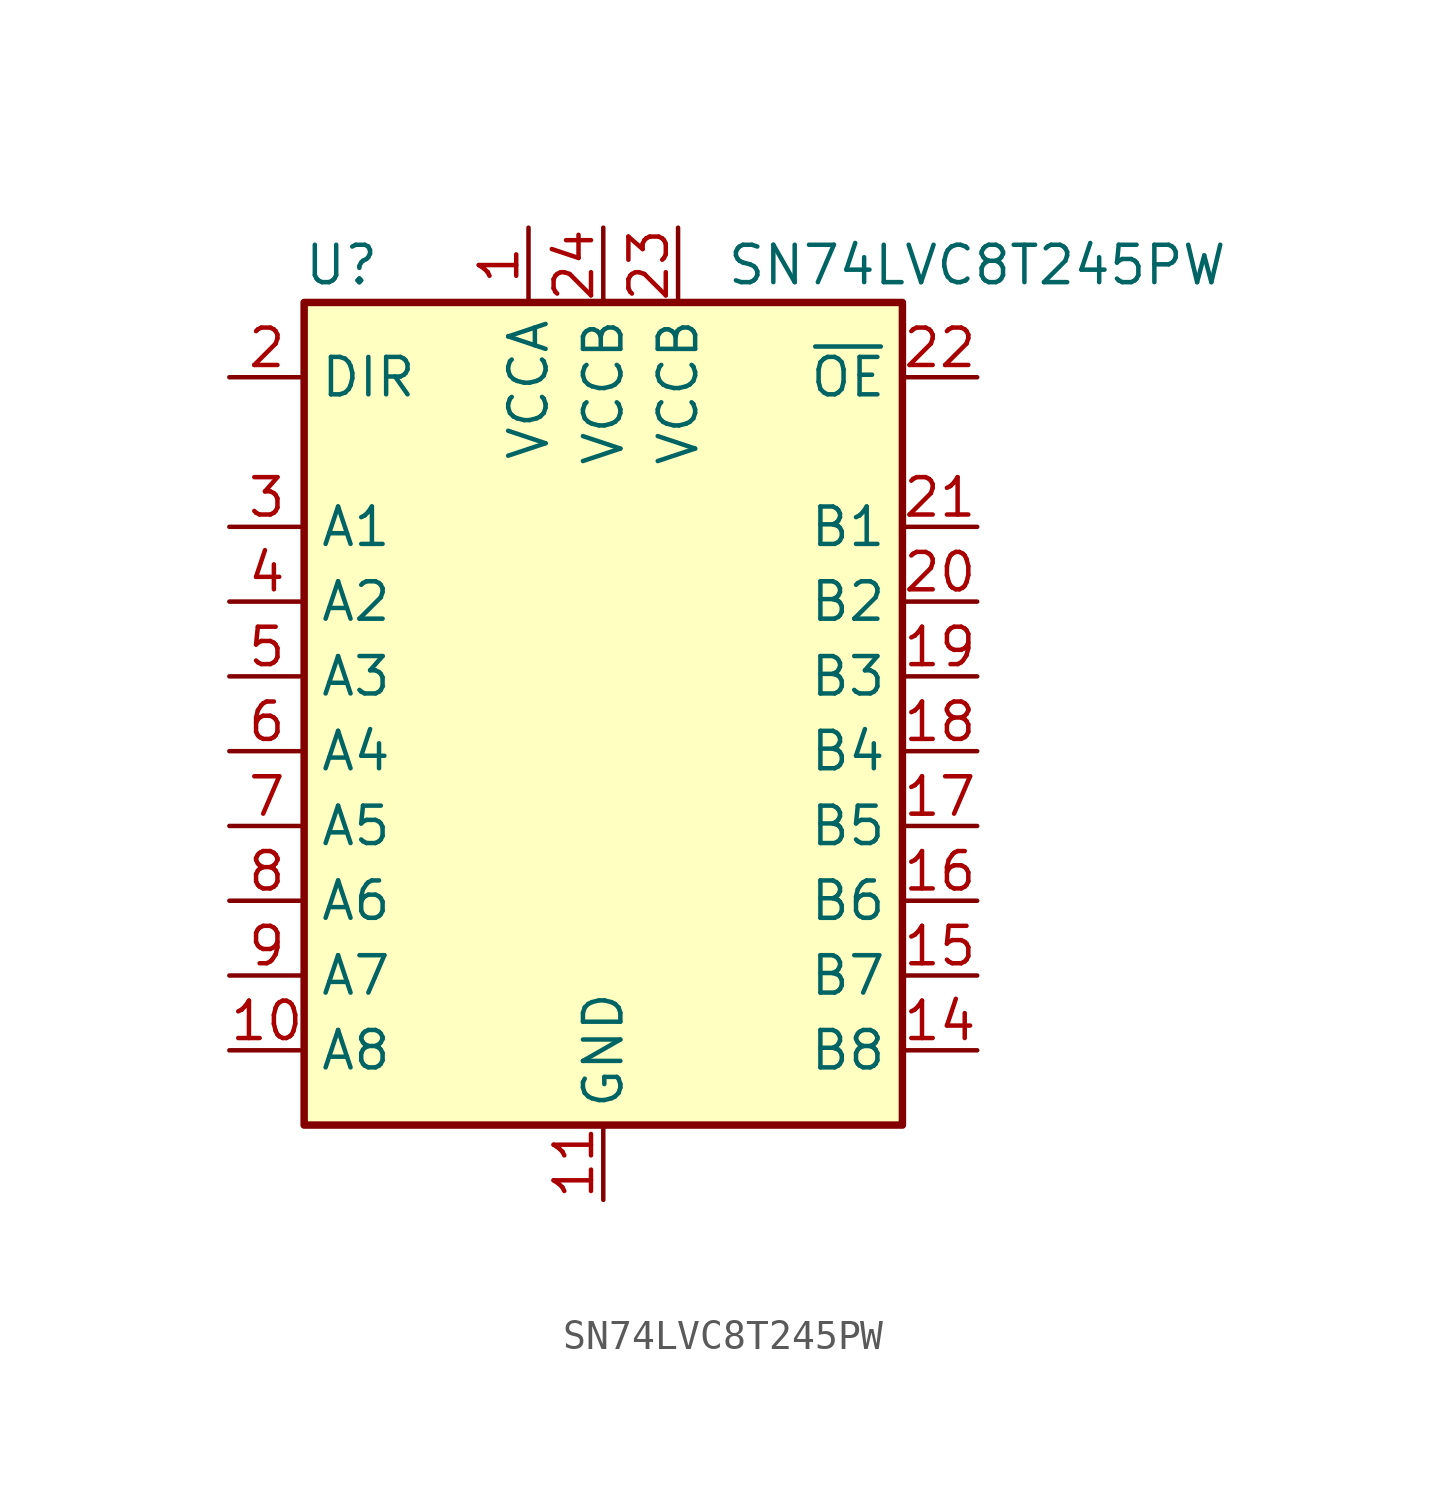
<source format=kicad_sym>
(kicad_symbol_lib
  (version 20211014)
  (generator kicad_symbol_editor)
  (symbol "SN74LVC8T245PW"
    (property "Reference" "U"
      (at -8.89 13.97 0)
      (effects (font (size 1.27 1.27))))
    (property "Value" "SN74LVC8T245PW"
      (at 12.7 13.97 0)
      (effects (font (size 1.27 1.27))))
    (symbol "SN74LVC8T245PW_0_1"
      (rectangle (start -10.16 12.7) (end 10.16 -15.24) (stroke (width 0.254) (type default) (color 0 0 0 0)) (fill (type background))))
    (symbol "SN74LVC8T245PW_1_1"
      (pin power_in line (at -2.54 15.24 270) (length 2.54) (name "VCCA" (effects (font (size 1.27 1.27)))) (number "1" (effects (font (size 1.27 1.27)))))
      (pin bidirectional line (at -12.7 -12.7 0) (length 2.54) (name "A8" (effects (font (size 1.27 1.27)))) (number "10" (effects (font (size 1.27 1.27)))))
      (pin power_in line (at 0 -17.78 90) (length 2.54) (name "GND" (effects (font (size 1.27 1.27)))) (number "11" (effects (font (size 1.27 1.27)))))
      (pin passive line (at 0 -17.78 90) (length 2.54) hide (name "GND" (effects (font (size 1.27 1.27)))) (number "12" (effects (font (size 1.27 1.27)))))
      (pin passive line (at 0 -17.78 90) (length 2.54) hide (name "GND" (effects (font (size 1.27 1.27)))) (number "13" (effects (font (size 1.27 1.27)))))
      (pin bidirectional line (at 12.7 -12.7 180) (length 2.54) (name "B8" (effects (font (size 1.27 1.27)))) (number "14" (effects (font (size 1.27 1.27)))))
      (pin bidirectional line (at 12.7 -10.16 180) (length 2.54) (name "B7" (effects (font (size 1.27 1.27)))) (number "15" (effects (font (size 1.27 1.27)))))
      (pin bidirectional line (at 12.7 -7.62 180) (length 2.54) (name "B6" (effects (font (size 1.27 1.27)))) (number "16" (effects (font (size 1.27 1.27)))))
      (pin bidirectional line (at 12.7 -5.08 180) (length 2.54) (name "B5" (effects (font (size 1.27 1.27)))) (number "17" (effects (font (size 1.27 1.27)))))
      (pin bidirectional line (at 12.7 -2.54 180) (length 2.54) (name "B4" (effects (font (size 1.27 1.27)))) (number "18" (effects (font (size 1.27 1.27)))))
      (pin bidirectional line (at 12.7 0 180) (length 2.54) (name "B3" (effects (font (size 1.27 1.27)))) (number "19" (effects (font (size 1.27 1.27)))))
      (pin input line (at -12.7 10.16 0) (length 2.54) (name "DIR" (effects (font (size 1.27 1.27)))) (number "2" (effects (font (size 1.27 1.27)))))
      (pin bidirectional line (at 12.7 2.54 180) (length 2.54) (name "B2" (effects (font (size 1.27 1.27)))) (number "20" (effects (font (size 1.27 1.27)))))
      (pin bidirectional line (at 12.7 5.08 180) (length 2.54) (name "B1" (effects (font (size 1.27 1.27)))) (number "21" (effects (font (size 1.27 1.27)))))
      (pin input line (at 12.7 10.16 180) (length 2.54) (name "~{OE}" (effects (font (size 1.27 1.27)))) (number "22" (effects (font (size 1.27 1.27)))))
      (pin power_in line (at 2.54 15.24 270) (length 2.54) (name "VCCB" (effects (font (size 1.27 1.27)))) (number "23" (effects (font (size 1.27 1.27)))))
      (pin power_in line (at 0 15.24 270) (length 2.54) (name "VCCB" (effects (font (size 1.27 1.27)))) (number "24" (effects (font (size 1.27 1.27)))))
      (pin bidirectional line (at -12.7 5.08 0) (length 2.54) (name "A1" (effects (font (size 1.27 1.27)))) (number "3" (effects (font (size 1.27 1.27)))))
      (pin bidirectional line (at -12.7 2.54 0) (length 2.54) (name "A2" (effects (font (size 1.27 1.27)))) (number "4" (effects (font (size 1.27 1.27)))))
      (pin bidirectional line (at -12.7 0 0) (length 2.54) (name "A3" (effects (font (size 1.27 1.27)))) (number "5" (effects (font (size 1.27 1.27)))))
      (pin bidirectional line (at -12.7 -2.54 0) (length 2.54) (name "A4" (effects (font (size 1.27 1.27)))) (number "6" (effects (font (size 1.27 1.27)))))
      (pin bidirectional line (at -12.7 -5.08 0) (length 2.54) (name "A5" (effects (font (size 1.27 1.27)))) (number "7" (effects (font (size 1.27 1.27)))))
      (pin bidirectional line (at -12.7 -7.62 0) (length 2.54) (name "A6" (effects (font (size 1.27 1.27)))) (number "8" (effects (font (size 1.27 1.27)))))
      (pin bidirectional line (at -12.7 -10.16 0) (length 2.54) (name "A7" (effects (font (size 1.27 1.27)))) (number "9" (effects (font (size 1.27 1.27))))))))
</source>
